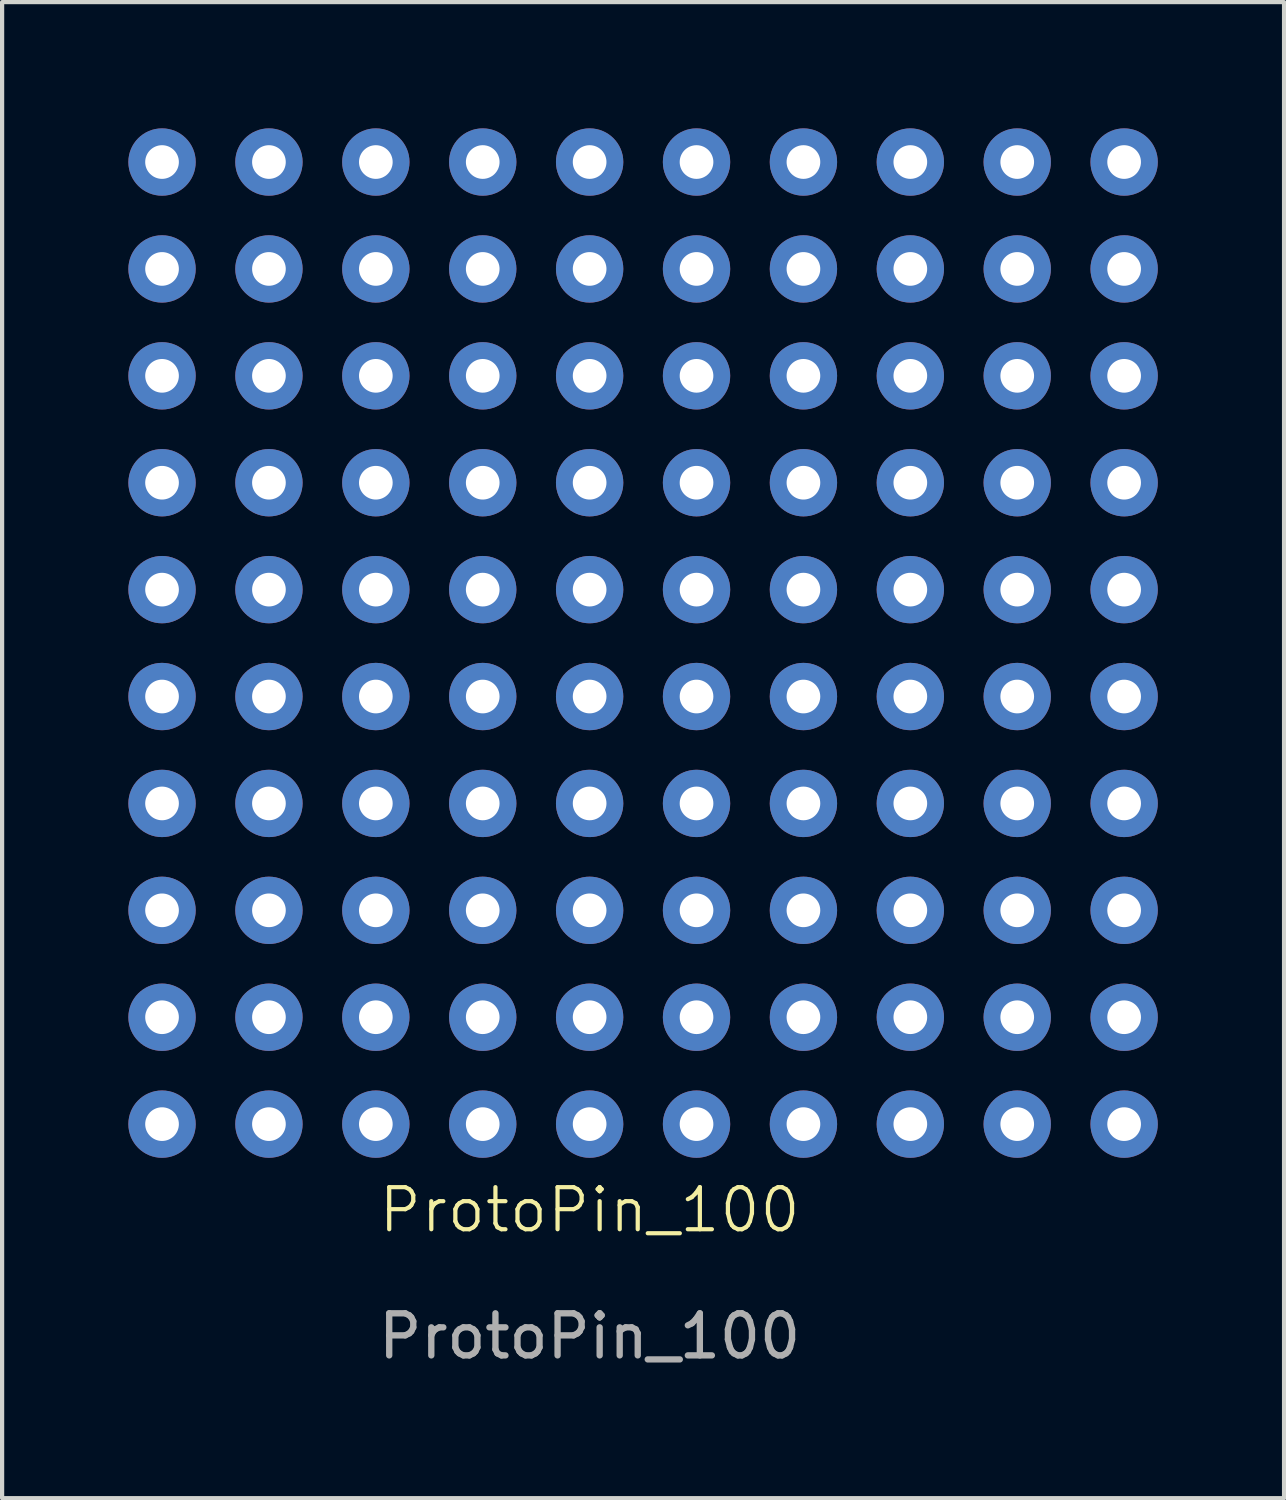
<source format=kicad_pcb>
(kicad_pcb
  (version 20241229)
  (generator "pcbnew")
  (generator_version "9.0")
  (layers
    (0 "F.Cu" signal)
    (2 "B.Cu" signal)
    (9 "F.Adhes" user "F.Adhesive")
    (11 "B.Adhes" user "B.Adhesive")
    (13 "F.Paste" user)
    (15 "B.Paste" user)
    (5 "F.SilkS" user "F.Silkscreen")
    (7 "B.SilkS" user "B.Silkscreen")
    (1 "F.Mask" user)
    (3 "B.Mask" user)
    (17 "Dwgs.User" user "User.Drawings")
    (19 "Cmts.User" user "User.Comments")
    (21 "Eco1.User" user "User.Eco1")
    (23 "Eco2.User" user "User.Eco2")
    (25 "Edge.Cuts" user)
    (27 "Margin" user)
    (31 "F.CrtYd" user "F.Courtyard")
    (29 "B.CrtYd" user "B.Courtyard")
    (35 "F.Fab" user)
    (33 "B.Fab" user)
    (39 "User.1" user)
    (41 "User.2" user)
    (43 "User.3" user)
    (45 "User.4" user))
  (footprint "ProtoPin_100"
    (layer "F.Cu")
    (at 10.96 26.2)
    (property "Reference" "ProtoPin_100" (at 0 -0.5 0) (unlocked yes) (layer "F.SilkS") (effects (font (size 1 1) (thickness 0.1))))
    (attr through_hole)
    (fp_text user "${REFERENCE}" (at 0 2.5 0) (unlocked yes) (layer "F.Fab") (effects (font (size 1 1) (thickness 0.15))))
    (pad "1" thru_hole circle (at -10.16 -2.54) (size 1.6 1.6) (drill 0.8) (layers "*.Cu" "*.Mask"))
    (pad "2" thru_hole circle (at -7.62 -2.54) (size 1.6 1.6) (drill 0.8) (layers "*.Cu" "*.Mask"))
    (pad "3" thru_hole circle (at -5.08 -2.54) (size 1.6 1.6) (drill 0.8) (layers "*.Cu" "*.Mask"))
    (pad "4" thru_hole circle (at -2.54 -2.54) (size 1.6 1.6) (drill 0.8) (layers "*.Cu" "*.Mask"))
    (pad "5" thru_hole circle (at 0 -2.54) (size 1.6 1.6) (drill 0.8) (layers "*.Cu" "*.Mask"))
    (pad "6" thru_hole circle (at 2.54 -2.54) (size 1.6 1.6) (drill 0.8) (layers "*.Cu" "*.Mask"))
    (pad "7" thru_hole circle (at 5.08 -2.54) (size 1.6 1.6) (drill 0.8) (layers "*.Cu" "*.Mask"))
    (pad "8" thru_hole circle (at 7.62 -2.54) (size 1.6 1.6) (drill 0.8) (layers "*.Cu" "*.Mask"))
    (pad "9" thru_hole circle (at 10.16 -2.54) (size 1.6 1.6) (drill 0.8) (layers "*.Cu" "*.Mask"))
    (pad "10" thru_hole circle (at 12.7 -2.54) (size 1.6 1.6) (drill 0.8) (layers "*.Cu" "*.Mask"))
    (pad "11" thru_hole circle (at -10.16 -5.08) (size 1.6 1.6) (drill 0.8) (layers "*.Cu" "*.Mask"))
    (pad "12" thru_hole circle (at -7.62 -5.08) (size 1.6 1.6) (drill 0.8) (layers "*.Cu" "*.Mask"))
    (pad "13" thru_hole circle (at -5.08 -5.08) (size 1.6 1.6) (drill 0.8) (layers "*.Cu" "*.Mask"))
    (pad "14" thru_hole circle (at -2.54 -5.08) (size 1.6 1.6) (drill 0.8) (layers "*.Cu" "*.Mask"))
    (pad "15" thru_hole circle (at 0 -5.08) (size 1.6 1.6) (drill 0.8) (layers "*.Cu" "*.Mask"))
    (pad "16" thru_hole circle (at 2.54 -5.08) (size 1.6 1.6) (drill 0.8) (layers "*.Cu" "*.Mask"))
    (pad "17" thru_hole circle (at 5.08 -5.08) (size 1.6 1.6) (drill 0.8) (layers "*.Cu" "*.Mask"))
    (pad "18" thru_hole circle (at 7.62 -5.08) (size 1.6 1.6) (drill 0.8) (layers "*.Cu" "*.Mask"))
    (pad "19" thru_hole circle (at 10.16 -5.08) (size 1.6 1.6) (drill 0.8) (layers "*.Cu" "*.Mask"))
    (pad "20" thru_hole circle (at 12.7 -5.08) (size 1.6 1.6) (drill 0.8) (layers "*.Cu" "*.Mask"))
    (pad "21" thru_hole circle (at -10.16 -7.62) (size 1.6 1.6) (drill 0.8) (layers "*.Cu" "*.Mask"))
    (pad "22" thru_hole circle (at -7.62 -7.62) (size 1.6 1.6) (drill 0.8) (layers "*.Cu" "*.Mask"))
    (pad "23" thru_hole circle (at -5.08 -7.62) (size 1.6 1.6) (drill 0.8) (layers "*.Cu" "*.Mask"))
    (pad "24" thru_hole circle (at -2.54 -7.62) (size 1.6 1.6) (drill 0.8) (layers "*.Cu" "*.Mask"))
    (pad "25" thru_hole circle (at 0 -7.62) (size 1.6 1.6) (drill 0.8) (layers "*.Cu" "*.Mask"))
    (pad "26" thru_hole circle (at 2.54 -7.62) (size 1.6 1.6) (drill 0.8) (layers "*.Cu" "*.Mask"))
    (pad "27" thru_hole circle (at 5.08 -7.62) (size 1.6 1.6) (drill 0.8) (layers "*.Cu" "*.Mask"))
    (pad "28" thru_hole circle (at 7.62 -7.62) (size 1.6 1.6) (drill 0.8) (layers "*.Cu" "*.Mask"))
    (pad "29" thru_hole circle (at 10.16 -7.62) (size 1.6 1.6) (drill 0.8) (layers "*.Cu" "*.Mask"))
    (pad "30" thru_hole circle (at 12.7 -7.62) (size 1.6 1.6) (drill 0.8) (layers "*.Cu" "*.Mask"))
    (pad "31" thru_hole circle (at -10.16 -10.16) (size 1.6 1.6) (drill 0.8) (layers "*.Cu" "*.Mask"))
    (pad "32" thru_hole circle (at -7.62 -10.16) (size 1.6 1.6) (drill 0.8) (layers "*.Cu" "*.Mask"))
    (pad "33" thru_hole circle (at -5.08 -10.16) (size 1.6 1.6) (drill 0.8) (layers "*.Cu" "*.Mask"))
    (pad "34" thru_hole circle (at -2.54 -10.16) (size 1.6 1.6) (drill 0.8) (layers "*.Cu" "*.Mask"))
    (pad "35" thru_hole circle (at 0 -10.16) (size 1.6 1.6) (drill 0.8) (layers "*.Cu" "*.Mask"))
    (pad "36" thru_hole circle (at 2.54 -10.16) (size 1.6 1.6) (drill 0.8) (layers "*.Cu" "*.Mask"))
    (pad "37" thru_hole circle (at 5.08 -10.16) (size 1.6 1.6) (drill 0.8) (layers "*.Cu" "*.Mask"))
    (pad "38" thru_hole circle (at 7.62 -10.16) (size 1.6 1.6) (drill 0.8) (layers "*.Cu" "*.Mask"))
    (pad "39" thru_hole circle (at 10.16 -10.16) (size 1.6 1.6) (drill 0.8) (layers "*.Cu" "*.Mask"))
    (pad "40" thru_hole circle (at 12.7 -10.16) (size 1.6 1.6) (drill 0.8) (layers "*.Cu" "*.Mask"))
    (pad "41" thru_hole circle (at -10.16 -12.7) (size 1.6 1.6) (drill 0.8) (layers "*.Cu" "*.Mask"))
    (pad "42" thru_hole circle (at -7.62 -12.7) (size 1.6 1.6) (drill 0.8) (layers "*.Cu" "*.Mask"))
    (pad "43" thru_hole circle (at -5.08 -12.7) (size 1.6 1.6) (drill 0.8) (layers "*.Cu" "*.Mask"))
    (pad "44" thru_hole circle (at -2.54 -12.7) (size 1.6 1.6) (drill 0.8) (layers "*.Cu" "*.Mask"))
    (pad "45" thru_hole circle (at 0 -12.7) (size 1.6 1.6) (drill 0.8) (layers "*.Cu" "*.Mask"))
    (pad "46" thru_hole circle (at 2.54 -12.7) (size 1.6 1.6) (drill 0.8) (layers "*.Cu" "*.Mask"))
    (pad "47" thru_hole circle (at 5.08 -12.7) (size 1.6 1.6) (drill 0.8) (layers "*.Cu" "*.Mask"))
    (pad "48" thru_hole circle (at 7.62 -12.7) (size 1.6 1.6) (drill 0.8) (layers "*.Cu" "*.Mask"))
    (pad "49" thru_hole circle (at 10.16 -12.7) (size 1.6 1.6) (drill 0.8) (layers "*.Cu" "*.Mask"))
    (pad "50" thru_hole circle (at 12.7 -12.7) (size 1.6 1.6) (drill 0.8) (layers "*.Cu" "*.Mask"))
    (pad "51" thru_hole circle (at -10.16 -15.24) (size 1.6 1.6) (drill 0.8) (layers "*.Cu" "*.Mask"))
    (pad "52" thru_hole circle (at -7.62 -15.24) (size 1.6 1.6) (drill 0.8) (layers "*.Cu" "*.Mask"))
    (pad "53" thru_hole circle (at -5.08 -15.24) (size 1.6 1.6) (drill 0.8) (layers "*.Cu" "*.Mask"))
    (pad "54" thru_hole circle (at -2.54 -15.24) (size 1.6 1.6) (drill 0.8) (layers "*.Cu" "*.Mask"))
    (pad "55" thru_hole circle (at 0 -15.24) (size 1.6 1.6) (drill 0.8) (layers "*.Cu" "*.Mask"))
    (pad "56" thru_hole circle (at 2.54 -15.24) (size 1.6 1.6) (drill 0.8) (layers "*.Cu" "*.Mask"))
    (pad "57" thru_hole circle (at 5.08 -15.24) (size 1.6 1.6) (drill 0.8) (layers "*.Cu" "*.Mask"))
    (pad "58" thru_hole circle (at 7.62 -15.24) (size 1.6 1.6) (drill 0.8) (layers "*.Cu" "*.Mask"))
    (pad "59" thru_hole circle (at 10.16 -15.24) (size 1.6 1.6) (drill 0.8) (layers "*.Cu" "*.Mask"))
    (pad "60" thru_hole circle (at 12.7 -15.24) (size 1.6 1.6) (drill 0.8) (layers "*.Cu" "*.Mask"))
    (pad "61" thru_hole circle (at -10.16 -17.78) (size 1.6 1.6) (drill 0.8) (layers "*.Cu" "*.Mask"))
    (pad "62" thru_hole circle (at -7.62 -17.78) (size 1.6 1.6) (drill 0.8) (layers "*.Cu" "*.Mask"))
    (pad "63" thru_hole circle (at -5.08 -17.78) (size 1.6 1.6) (drill 0.8) (layers "*.Cu" "*.Mask"))
    (pad "64" thru_hole circle (at -2.54 -17.78) (size 1.6 1.6) (drill 0.8) (layers "*.Cu" "*.Mask"))
    (pad "65" thru_hole circle (at 0 -17.78) (size 1.6 1.6) (drill 0.8) (layers "*.Cu" "*.Mask"))
    (pad "66" thru_hole circle (at 2.54 -17.78) (size 1.6 1.6) (drill 0.8) (layers "*.Cu" "*.Mask"))
    (pad "67" thru_hole circle (at 5.08 -17.78) (size 1.6 1.6) (drill 0.8) (layers "*.Cu" "*.Mask"))
    (pad "68" thru_hole circle (at 7.62 -17.78) (size 1.6 1.6) (drill 0.8) (layers "*.Cu" "*.Mask"))
    (pad "69" thru_hole circle (at 10.16 -17.78) (size 1.6 1.6) (drill 0.8) (layers "*.Cu" "*.Mask"))
    (pad "70" thru_hole circle (at 12.7 -17.78) (size 1.6 1.6) (drill 0.8) (layers "*.Cu" "*.Mask"))
    (pad "71" thru_hole circle (at -10.16 -20.32) (size 1.6 1.6) (drill 0.8) (layers "*.Cu" "*.Mask"))
    (pad "72" thru_hole circle (at -7.62 -20.32) (size 1.6 1.6) (drill 0.8) (layers "*.Cu" "*.Mask"))
    (pad "73" thru_hole circle (at -5.08 -20.32) (size 1.6 1.6) (drill 0.8) (layers "*.Cu" "*.Mask"))
    (pad "74" thru_hole circle (at -2.54 -20.32) (size 1.6 1.6) (drill 0.8) (layers "*.Cu" "*.Mask"))
    (pad "75" thru_hole circle (at 0 -20.32) (size 1.6 1.6) (drill 0.8) (layers "*.Cu" "*.Mask"))
    (pad "76" thru_hole circle (at 2.54 -20.32) (size 1.6 1.6) (drill 0.8) (layers "*.Cu" "*.Mask"))
    (pad "77" thru_hole circle (at 5.08 -20.32) (size 1.6 1.6) (drill 0.8) (layers "*.Cu" "*.Mask"))
    (pad "78" thru_hole circle (at 7.62 -20.32) (size 1.6 1.6) (drill 0.8) (layers "*.Cu" "*.Mask"))
    (pad "79" thru_hole circle (at 10.16 -20.32) (size 1.6 1.6) (drill 0.8) (layers "*.Cu" "*.Mask"))
    (pad "80" thru_hole circle (at 12.7 -20.32) (size 1.6 1.6) (drill 0.8) (layers "*.Cu" "*.Mask"))
    (pad "81" thru_hole circle (at -10.16 -22.86) (size 1.6 1.6) (drill 0.8) (layers "*.Cu" "*.Mask"))
    (pad "82" thru_hole circle (at -7.62 -22.86) (size 1.6 1.6) (drill 0.8) (layers "*.Cu" "*.Mask"))
    (pad "83" thru_hole circle (at -5.08 -22.86) (size 1.6 1.6) (drill 0.8) (layers "*.Cu" "*.Mask"))
    (pad "84" thru_hole circle (at -2.54 -22.86) (size 1.6 1.6) (drill 0.8) (layers "*.Cu" "*.Mask"))
    (pad "85" thru_hole circle (at 0 -22.86) (size 1.6 1.6) (drill 0.8) (layers "*.Cu" "*.Mask"))
    (pad "86" thru_hole circle (at 2.54 -22.86) (size 1.6 1.6) (drill 0.8) (layers "*.Cu" "*.Mask"))
    (pad "87" thru_hole circle (at 5.08 -22.86) (size 1.6 1.6) (drill 0.8) (layers "*.Cu" "*.Mask"))
    (pad "88" thru_hole circle (at 7.62 -22.86) (size 1.6 1.6) (drill 0.8) (layers "*.Cu" "*.Mask"))
    (pad "89" thru_hole circle (at 10.16 -22.86) (size 1.6 1.6) (drill 0.8) (layers "*.Cu" "*.Mask"))
    (pad "90" thru_hole circle (at 12.7 -22.86) (size 1.6 1.6) (drill 0.8) (layers "*.Cu" "*.Mask"))
    (pad "91" thru_hole circle (at -10.16 -25.4) (size 1.6 1.6) (drill 0.8) (layers "*.Cu" "*.Mask"))
    (pad "92" thru_hole circle (at -7.62 -25.4) (size 1.6 1.6) (drill 0.8) (layers "*.Cu" "*.Mask"))
    (pad "93" thru_hole circle (at -5.08 -25.4) (size 1.6 1.6) (drill 0.8) (layers "*.Cu" "*.Mask"))
    (pad "94" thru_hole circle (at -2.54 -25.4) (size 1.6 1.6) (drill 0.8) (layers "*.Cu" "*.Mask"))
    (pad "95" thru_hole circle (at 0 -25.4) (size 1.6 1.6) (drill 0.8) (layers "*.Cu" "*.Mask"))
    (pad "96" thru_hole circle (at 2.54 -25.4) (size 1.6 1.6) (drill 0.8) (layers "*.Cu" "*.Mask"))
    (pad "97" thru_hole circle (at 5.08 -25.4) (size 1.6 1.6) (drill 0.8) (layers "*.Cu" "*.Mask"))
    (pad "98" thru_hole circle (at 7.62 -25.4) (size 1.6 1.6) (drill 0.8) (layers "*.Cu" "*.Mask"))
    (pad "99" thru_hole circle (at 10.16 -25.4) (size 1.6 1.6) (drill 0.8) (layers "*.Cu" "*.Mask"))
    (pad "100" thru_hole circle (at 12.7 -25.4) (size 1.6 1.6) (drill 0.8) (layers "*.Cu" "*.Mask")))
  (gr_rect
    (start -3 -3)
    (end 27.46 32.548)
    (stroke (width 0.1) (type default))
    (fill no)
    (layer "Edge.Cuts")))
</source>
